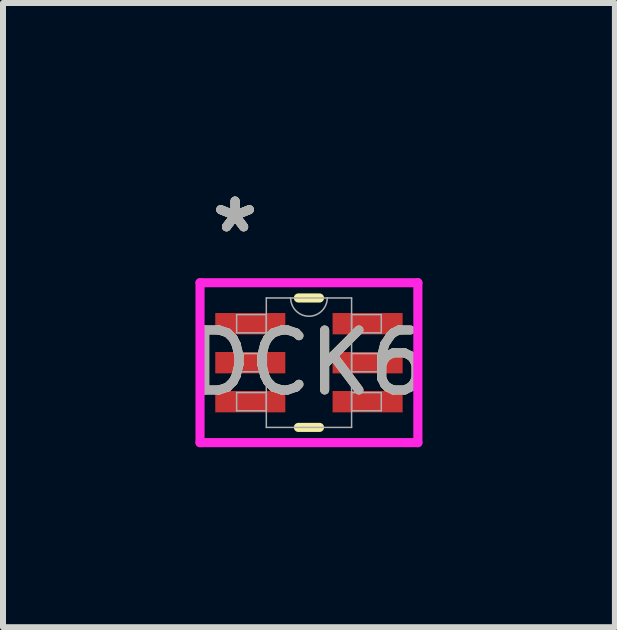
<source format=kicad_pcb>
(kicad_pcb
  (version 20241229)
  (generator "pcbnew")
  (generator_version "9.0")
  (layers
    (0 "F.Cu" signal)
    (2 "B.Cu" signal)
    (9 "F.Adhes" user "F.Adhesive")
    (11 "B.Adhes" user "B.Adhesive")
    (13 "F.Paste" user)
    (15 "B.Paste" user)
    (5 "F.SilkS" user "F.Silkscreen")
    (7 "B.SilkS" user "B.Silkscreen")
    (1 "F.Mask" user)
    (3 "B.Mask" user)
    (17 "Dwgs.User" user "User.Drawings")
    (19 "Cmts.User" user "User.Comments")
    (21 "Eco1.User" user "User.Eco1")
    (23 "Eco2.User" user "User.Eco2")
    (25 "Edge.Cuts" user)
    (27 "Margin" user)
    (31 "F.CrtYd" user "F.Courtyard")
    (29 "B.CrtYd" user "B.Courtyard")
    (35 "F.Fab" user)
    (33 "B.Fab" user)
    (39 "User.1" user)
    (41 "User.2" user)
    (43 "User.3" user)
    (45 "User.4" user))
  (footprint "DCK6"
    (layer "F.Cu")
    (at 2.101 2.997)
    (property "Reference" "DCK6" (at 0 0 0) (unlocked yes) (layer "F.SilkS") (effects (font (size 1 1) (thickness 0.15))))
    (attr smd)
    (fp_line (start -0.176 1.079) (end 0.176 1.079) (stroke (width 0.152) (type solid)) (layer "F.SilkS"))
    (fp_line (start 0.176 -1.079) (end -0.176 -1.079) (stroke (width 0.152) (type solid)) (layer "F.SilkS"))
    (fp_line (start -1.816 -1.333) (end 1.816 -1.333) (stroke (width 0.152) (type solid)) (layer "F.CrtYd"))
    (fp_line (start -1.816 1.333) (end -1.816 -1.333) (stroke (width 0.152) (type solid)) (layer "F.CrtYd"))
    (fp_line (start 1.816 -1.333) (end 1.816 1.333) (stroke (width 0.152) (type solid)) (layer "F.CrtYd"))
    (fp_line (start 1.816 1.333) (end -1.816 1.333) (stroke (width 0.152) (type solid)) (layer "F.CrtYd"))
    (fp_line (start -1.206 -0.802) (end -1.206 -0.498) (stroke (width 0.025) (type solid)) (layer "F.Fab"))
    (fp_line (start -1.206 -0.498) (end -0.711 -0.498) (stroke (width 0.025) (type solid)) (layer "F.Fab"))
    (fp_line (start -1.206 -0.152) (end -1.206 0.152) (stroke (width 0.025) (type solid)) (layer "F.Fab"))
    (fp_line (start -1.206 0.152) (end -0.711 0.152) (stroke (width 0.025) (type solid)) (layer "F.Fab"))
    (fp_line (start -1.206 0.498) (end -1.206 0.802) (stroke (width 0.025) (type solid)) (layer "F.Fab"))
    (fp_line (start -1.206 0.802) (end -0.711 0.802) (stroke (width 0.025) (type solid)) (layer "F.Fab"))
    (fp_line (start -0.711 -1.079) (end -0.711 1.079) (stroke (width 0.025) (type solid)) (layer "F.Fab"))
    (fp_line (start -0.711 -0.802) (end -1.206 -0.802) (stroke (width 0.025) (type solid)) (layer "F.Fab"))
    (fp_line (start -0.711 -0.498) (end -0.711 -0.802) (stroke (width 0.025) (type solid)) (layer "F.Fab"))
    (fp_line (start -0.711 -0.152) (end -1.206 -0.152) (stroke (width 0.025) (type solid)) (layer "F.Fab"))
    (fp_line (start -0.711 0.152) (end -0.711 -0.152) (stroke (width 0.025) (type solid)) (layer "F.Fab"))
    (fp_line (start -0.711 0.498) (end -1.206 0.498) (stroke (width 0.025) (type solid)) (layer "F.Fab"))
    (fp_line (start -0.711 0.802) (end -0.711 0.498) (stroke (width 0.025) (type solid)) (layer "F.Fab"))
    (fp_line (start -0.711 1.079) (end 0.711 1.079) (stroke (width 0.025) (type solid)) (layer "F.Fab"))
    (fp_line (start 0.711 -1.079) (end -0.711 -1.079) (stroke (width 0.025) (type solid)) (layer "F.Fab"))
    (fp_line (start 0.711 -0.802) (end 0.711 -0.498) (stroke (width 0.025) (type solid)) (layer "F.Fab"))
    (fp_line (start 0.711 -0.498) (end 1.206 -0.498) (stroke (width 0.025) (type solid)) (layer "F.Fab"))
    (fp_line (start 0.711 -0.152) (end 0.711 0.152) (stroke (width 0.025) (type solid)) (layer "F.Fab"))
    (fp_line (start 0.711 0.152) (end 1.206 0.152) (stroke (width 0.025) (type solid)) (layer "F.Fab"))
    (fp_line (start 0.711 0.498) (end 0.711 0.802) (stroke (width 0.025) (type solid)) (layer "F.Fab"))
    (fp_line (start 0.711 0.802) (end 1.206 0.802) (stroke (width 0.025) (type solid)) (layer "F.Fab"))
    (fp_line (start 0.711 1.079) (end 0.711 -1.079) (stroke (width 0.025) (type solid)) (layer "F.Fab"))
    (fp_line (start 1.206 -0.802) (end 0.711 -0.802) (stroke (width 0.025) (type solid)) (layer "F.Fab"))
    (fp_line (start 1.206 -0.498) (end 1.206 -0.802) (stroke (width 0.025) (type solid)) (layer "F.Fab"))
    (fp_line (start 1.206 -0.152) (end 0.711 -0.152) (stroke (width 0.025) (type solid)) (layer "F.Fab"))
    (fp_line (start 1.206 0.152) (end 1.206 -0.152) (stroke (width 0.025) (type solid)) (layer "F.Fab"))
    (fp_line (start 1.206 0.498) (end 0.711 0.498) (stroke (width 0.025) (type solid)) (layer "F.Fab"))
    (fp_line (start 1.206 0.802) (end 1.206 0.498) (stroke (width 0.025) (type solid)) (layer "F.Fab"))
    (fp_arc (start 0.3048 -1.0795) (mid 0 -0.7747) (end -0.3048 -1.0795) (stroke (width 0.0254) (type solid)) (layer "F.Fab"))
    (fp_text user "*" (at -1.232 -2.149 0) (unlocked yes) (layer "F.SilkS") (effects (font (size 1 1) (thickness 0.15))))
    (fp_text user "*" (at -1.232 -2.149 0) (layer "F.SilkS") (effects (font (size 1 1) (thickness 0.15))))
    (fp_text user "*" (at -1.232 -2.149 0) (layer "F.Fab") (effects (font (size 1 1) (thickness 0.15))))
    (fp_text user "${REFERENCE}" (at 0 0 0) (unlocked yes) (layer "F.Fab") (effects (font (size 1 1) (thickness 0.15))))
    (fp_text user "*" (at -1.232 -2.149 0) (unlocked yes) (layer "F.Fab") (effects (font (size 1 1) (thickness 0.15))))
    (pad "1" smd rect (at -0.978 -0.65) (size 1.168 0.356) (layers "F.Cu" "F.Mask" "F.Paste"))
    (pad "2" smd rect (at -0.978 0) (size 1.168 0.356) (layers "F.Cu" "F.Mask" "F.Paste"))
    (pad "3" smd rect (at -0.978 0.65) (size 1.168 0.356) (layers "F.Cu" "F.Mask" "F.Paste"))
    (pad "4" smd rect (at 0.978 0.65) (size 1.168 0.356) (layers "F.Cu" "F.Mask" "F.Paste"))
    (pad "5" smd rect (at 0.978 0) (size 1.168 0.356) (layers "F.Cu" "F.Mask" "F.Paste"))
    (pad "6" smd rect (at 0.978 -0.65) (size 1.168 0.356) (layers "F.Cu" "F.Mask" "F.Paste")))
  (gr_rect
    (start -3 -3)
    (end 7.202 7.407)
    (stroke (width 0.1) (type default))
    (fill no)
    (layer "Edge.Cuts")))
</source>
